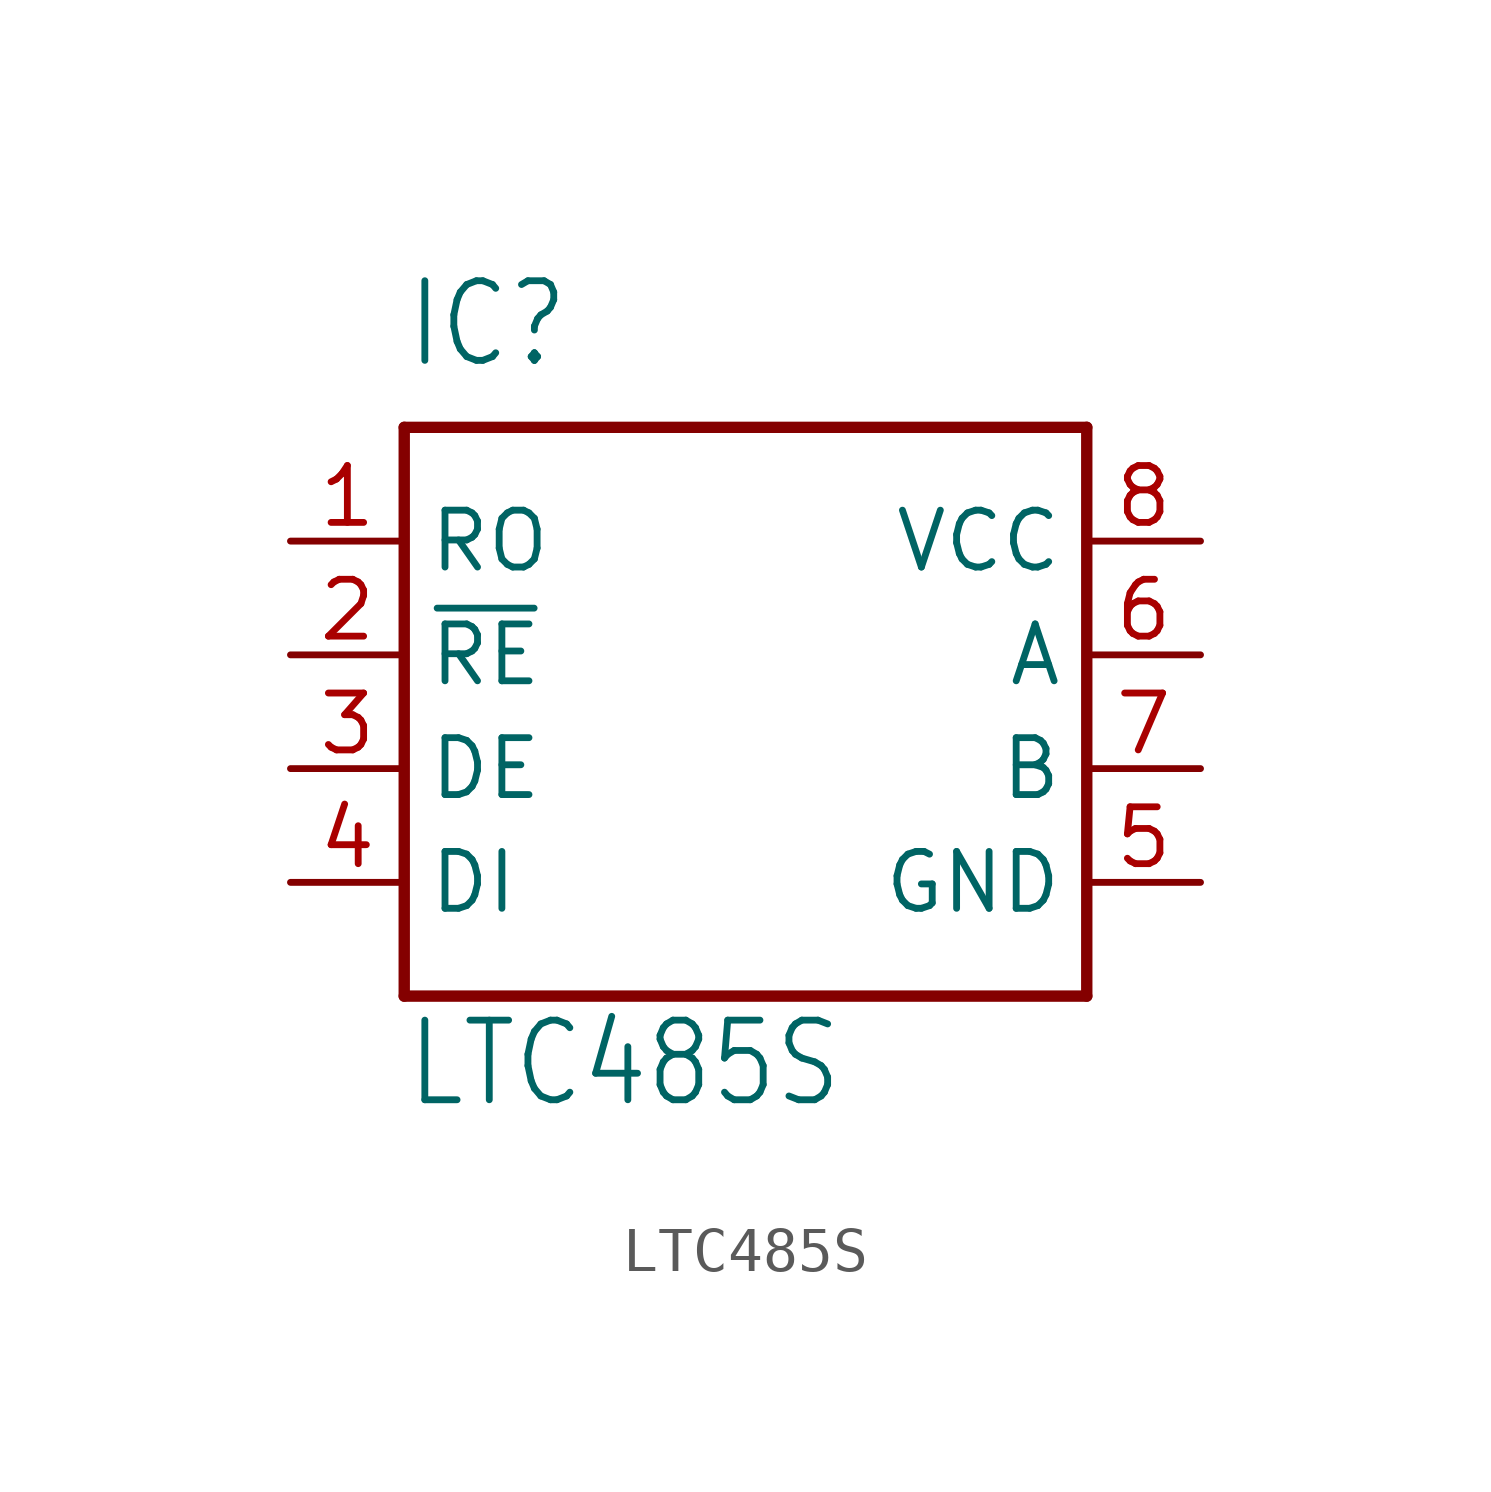
<source format=kicad_sym>
(kicad_symbol_lib
  (version 20211014)
  (generator kicad_symbol_editor)
  (symbol "LTC485S"
    (property "Reference" "IC"
      (at -7.62 6.35 0)
      (effects (font (size 1.778 1.511)) (justify left bottom)))
    (property "Value" "LTC485S"
      (at -7.62 -10.16 0)
      (effects (font (size 1.778 1.511)) (justify left bottom)))
    (property "ki_locked" ""
      (at 0 0 0)
      (effects (font (size 1.27 1.27))))
    (symbol "LTC485S_1_0"
      (polyline (pts (xy -7.62 -7.62) (xy -7.62 5.08)) (stroke (width 0.254) (type default) (color 0 0 0 0)) (fill (type none)))
      (polyline (pts (xy -7.62 5.08) (xy 7.62 5.08)) (stroke (width 0.254) (type default) (color 0 0 0 0)) (fill (type none)))
      (polyline (pts (xy 7.62 -7.62) (xy -7.62 -7.62)) (stroke (width 0.254) (type default) (color 0 0 0 0)) (fill (type none)))
      (polyline (pts (xy 7.62 5.08) (xy 7.62 -7.62)) (stroke (width 0.254) (type default) (color 0 0 0 0)) (fill (type none)))
      (pin output line (at -10.16 2.54 0) (length 2.54) (name "RO" (effects (font (size 1.27 1.27)))) (number "1" (effects (font (size 1.27 1.27)))))
      (pin input line (at -10.16 0 0) (length 2.54) (name "~{RE}" (effects (font (size 1.27 1.27)))) (number "2" (effects (font (size 1.27 1.27)))))
      (pin input line (at -10.16 -2.54 0) (length 2.54) (name "DE" (effects (font (size 1.27 1.27)))) (number "3" (effects (font (size 1.27 1.27)))))
      (pin input line (at -10.16 -5.08 0) (length 2.54) (name "DI" (effects (font (size 1.27 1.27)))) (number "4" (effects (font (size 1.27 1.27)))))
      (pin input line (at 10.16 -5.08 180) (length 2.54) (name "GND" (effects (font (size 1.27 1.27)))) (number "5" (effects (font (size 1.27 1.27)))))
      (pin bidirectional line (at 10.16 0 180) (length 2.54) (name "A" (effects (font (size 1.27 1.27)))) (number "6" (effects (font (size 1.27 1.27)))))
      (pin bidirectional line (at 10.16 -2.54 180) (length 2.54) (name "B" (effects (font (size 1.27 1.27)))) (number "7" (effects (font (size 1.27 1.27)))))
      (pin input line (at 10.16 2.54 180) (length 2.54) (name "VCC" (effects (font (size 1.27 1.27)))) (number "8" (effects (font (size 1.27 1.27))))))))
</source>
